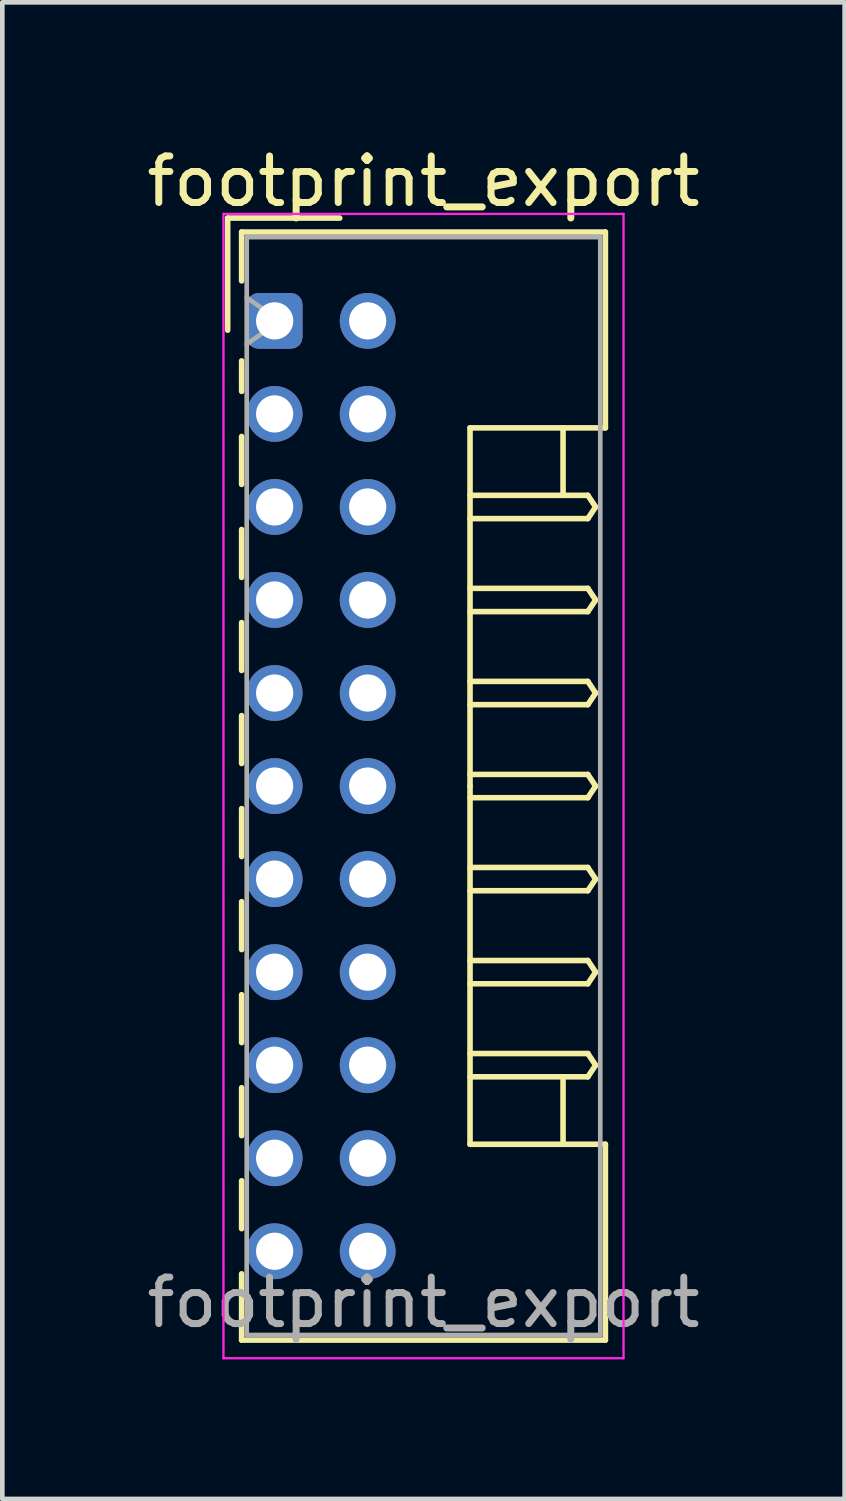
<source format=kicad_pcb>
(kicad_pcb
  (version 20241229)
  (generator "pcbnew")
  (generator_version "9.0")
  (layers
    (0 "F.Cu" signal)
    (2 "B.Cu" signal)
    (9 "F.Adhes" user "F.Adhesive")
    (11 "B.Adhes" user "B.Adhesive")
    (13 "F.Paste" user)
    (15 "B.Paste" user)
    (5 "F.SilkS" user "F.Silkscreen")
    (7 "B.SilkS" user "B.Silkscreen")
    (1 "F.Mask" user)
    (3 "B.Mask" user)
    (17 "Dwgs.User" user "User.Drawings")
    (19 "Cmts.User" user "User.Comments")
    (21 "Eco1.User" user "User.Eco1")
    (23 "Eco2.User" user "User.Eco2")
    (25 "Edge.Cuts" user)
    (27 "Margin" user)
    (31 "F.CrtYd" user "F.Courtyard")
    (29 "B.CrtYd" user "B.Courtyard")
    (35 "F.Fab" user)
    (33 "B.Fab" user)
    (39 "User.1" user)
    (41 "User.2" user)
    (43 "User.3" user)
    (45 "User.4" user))
  (footprint "footprint_export"
    (layer "F.Cu")
    (at 2.854 3.848)
    (property "Reference" "footprint_export" (at 3.2 -3 0) (layer "F.SilkS") (effects (font (size 1 1) (thickness 0.15))))
    (attr through_hole)
    (fp_line (start -1.01 -2.21) (end -1.01 0.2) (stroke (width 0.12) (type solid)) (layer "F.SilkS"))
    (fp_line (start -0.71 -1.91) (end -0.71 -0.86) (stroke (width 0.12) (type solid)) (layer "F.SilkS"))
    (fp_line (start -0.71 -1.91) (end 7.11 -1.91) (stroke (width 0.12) (type solid)) (layer "F.SilkS"))
    (fp_line (start -0.71 0.86) (end -0.71 1.515) (stroke (width 0.12) (type solid)) (layer "F.SilkS"))
    (fp_line (start -0.71 2.485) (end -0.71 3.515) (stroke (width 0.12) (type solid)) (layer "F.SilkS"))
    (fp_line (start -0.71 4.485) (end -0.71 5.515) (stroke (width 0.12) (type solid)) (layer "F.SilkS"))
    (fp_line (start -0.71 6.485) (end -0.71 7.515) (stroke (width 0.12) (type solid)) (layer "F.SilkS"))
    (fp_line (start -0.71 8.485) (end -0.71 9.515) (stroke (width 0.12) (type solid)) (layer "F.SilkS"))
    (fp_line (start -0.71 10.485) (end -0.71 11.515) (stroke (width 0.12) (type solid)) (layer "F.SilkS"))
    (fp_line (start -0.71 12.485) (end -0.71 13.515) (stroke (width 0.12) (type solid)) (layer "F.SilkS"))
    (fp_line (start -0.71 14.485) (end -0.71 15.515) (stroke (width 0.12) (type solid)) (layer "F.SilkS"))
    (fp_line (start -0.71 16.485) (end -0.71 17.515) (stroke (width 0.12) (type solid)) (layer "F.SilkS"))
    (fp_line (start -0.71 18.485) (end -0.71 19.515) (stroke (width 0.12) (type solid)) (layer "F.SilkS"))
    (fp_line (start -0.71 20.485) (end -0.71 21.91) (stroke (width 0.12) (type solid)) (layer "F.SilkS"))
    (fp_line (start -0.71 21.91) (end 7.11 21.91) (stroke (width 0.12) (type solid)) (layer "F.SilkS"))
    (fp_line (start 1.4 -2.21) (end -1.01 -2.21) (stroke (width 0.12) (type solid)) (layer "F.SilkS"))
    (fp_line (start 4.2 2.3) (end 4.2 10) (stroke (width 0.12) (type solid)) (layer "F.SilkS"))
    (fp_line (start 4.2 3.75) (end 6.733 3.75) (stroke (width 0.12) (type solid)) (layer "F.SilkS"))
    (fp_line (start 4.2 5.75) (end 6.733 5.75) (stroke (width 0.12) (type solid)) (layer "F.SilkS"))
    (fp_line (start 4.2 7.75) (end 6.733 7.75) (stroke (width 0.12) (type solid)) (layer "F.SilkS"))
    (fp_line (start 4.2 9.75) (end 6.733 9.75) (stroke (width 0.12) (type solid)) (layer "F.SilkS"))
    (fp_line (start 4.2 11.75) (end 6.733 11.75) (stroke (width 0.12) (type solid)) (layer "F.SilkS"))
    (fp_line (start 4.2 13.75) (end 6.733 13.75) (stroke (width 0.12) (type solid)) (layer "F.SilkS"))
    (fp_line (start 4.2 15.75) (end 6.733 15.75) (stroke (width 0.12) (type solid)) (layer "F.SilkS"))
    (fp_line (start 4.2 17.7) (end 4.2 10) (stroke (width 0.12) (type solid)) (layer "F.SilkS"))
    (fp_line (start 6.2 2.3) (end 6.2 3.75) (stroke (width 0.12) (type solid)) (layer "F.SilkS"))
    (fp_line (start 6.2 17.7) (end 6.2 16.25) (stroke (width 0.12) (type solid)) (layer "F.SilkS"))
    (fp_line (start 6.733 3.75) (end 6.9 4) (stroke (width 0.12) (type solid)) (layer "F.SilkS"))
    (fp_line (start 6.733 4.25) (end 4.2 4.25) (stroke (width 0.12) (type solid)) (layer "F.SilkS"))
    (fp_line (start 6.733 5.75) (end 6.9 6) (stroke (width 0.12) (type solid)) (layer "F.SilkS"))
    (fp_line (start 6.733 6.25) (end 4.2 6.25) (stroke (width 0.12) (type solid)) (layer "F.SilkS"))
    (fp_line (start 6.733 7.75) (end 6.9 8) (stroke (width 0.12) (type solid)) (layer "F.SilkS"))
    (fp_line (start 6.733 8.25) (end 4.2 8.25) (stroke (width 0.12) (type solid)) (layer "F.SilkS"))
    (fp_line (start 6.733 9.75) (end 6.9 10) (stroke (width 0.12) (type solid)) (layer "F.SilkS"))
    (fp_line (start 6.733 10.25) (end 4.2 10.25) (stroke (width 0.12) (type solid)) (layer "F.SilkS"))
    (fp_line (start 6.733 11.75) (end 6.9 12) (stroke (width 0.12) (type solid)) (layer "F.SilkS"))
    (fp_line (start 6.733 12.25) (end 4.2 12.25) (stroke (width 0.12) (type solid)) (layer "F.SilkS"))
    (fp_line (start 6.733 13.75) (end 6.9 14) (stroke (width 0.12) (type solid)) (layer "F.SilkS"))
    (fp_line (start 6.733 14.25) (end 4.2 14.25) (stroke (width 0.12) (type solid)) (layer "F.SilkS"))
    (fp_line (start 6.733 15.75) (end 6.9 16) (stroke (width 0.12) (type solid)) (layer "F.SilkS"))
    (fp_line (start 6.733 16.25) (end 4.2 16.25) (stroke (width 0.12) (type solid)) (layer "F.SilkS"))
    (fp_line (start 6.9 4) (end 6.733 4.25) (stroke (width 0.12) (type solid)) (layer "F.SilkS"))
    (fp_line (start 6.9 6) (end 6.733 6.25) (stroke (width 0.12) (type solid)) (layer "F.SilkS"))
    (fp_line (start 6.9 8) (end 6.733 8.25) (stroke (width 0.12) (type solid)) (layer "F.SilkS"))
    (fp_line (start 6.9 10) (end 6.733 10.25) (stroke (width 0.12) (type solid)) (layer "F.SilkS"))
    (fp_line (start 6.9 12) (end 6.733 12.25) (stroke (width 0.12) (type solid)) (layer "F.SilkS"))
    (fp_line (start 6.9 14) (end 6.733 14.25) (stroke (width 0.12) (type solid)) (layer "F.SilkS"))
    (fp_line (start 6.9 16) (end 6.733 16.25) (stroke (width 0.12) (type solid)) (layer "F.SilkS"))
    (fp_line (start 7.11 -1.91) (end 7.11 2.3) (stroke (width 0.12) (type solid)) (layer "F.SilkS"))
    (fp_line (start 7.11 2.3) (end 4.2 2.3) (stroke (width 0.12) (type solid)) (layer "F.SilkS"))
    (fp_line (start 7.11 17.7) (end 4.2 17.7) (stroke (width 0.12) (type solid)) (layer "F.SilkS"))
    (fp_line (start 7.11 21.91) (end 7.11 17.7) (stroke (width 0.12) (type solid)) (layer "F.SilkS"))
    (fp_line (start -1.1 -2.3) (end -1.1 22.3) (stroke (width 0.05) (type solid)) (layer "F.CrtYd"))
    (fp_line (start -1.1 22.3) (end 7.5 22.3) (stroke (width 0.05) (type solid)) (layer "F.CrtYd"))
    (fp_line (start 7.5 -2.3) (end -1.1 -2.3) (stroke (width 0.05) (type solid)) (layer "F.CrtYd"))
    (fp_line (start 7.5 22.3) (end 7.5 -2.3) (stroke (width 0.05) (type solid)) (layer "F.CrtYd"))
    (fp_line (start -0.6 -1.8) (end -0.6 21.8) (stroke (width 0.1) (type solid)) (layer "F.Fab"))
    (fp_line (start -0.6 0.5) (end 0.107 0) (stroke (width 0.1) (type solid)) (layer "F.Fab"))
    (fp_line (start -0.6 21.8) (end 7 21.8) (stroke (width 0.1) (type solid)) (layer "F.Fab"))
    (fp_line (start 0.107 0) (end -0.6 -0.5) (stroke (width 0.1) (type solid)) (layer "F.Fab"))
    (fp_line (start 7 -1.8) (end -0.6 -1.8) (stroke (width 0.1) (type solid)) (layer "F.Fab"))
    (fp_line (start 7 21.8) (end 7 -1.8) (stroke (width 0.1) (type solid)) (layer "F.Fab"))
    (fp_text user "${REFERENCE}" (at 3.2 21.1 0) (layer "F.Fab") (effects (font (size 1 1) (thickness 0.15))))
    (pad "a1" thru_hole roundrect (at 0 0) (size 1.2 1.2) (drill 0.8) (layers "*.Cu" "*.Mask") (roundrect_rratio 0.208))
    (pad "a2" thru_hole circle (at 0 2) (size 1.2 1.2) (drill 0.8) (layers "*.Cu" "*.Mask"))
    (pad "a3" thru_hole circle (at 0 4) (size 1.2 1.2) (drill 0.8) (layers "*.Cu" "*.Mask"))
    (pad "a4" thru_hole circle (at 0 6) (size 1.2 1.2) (drill 0.8) (layers "*.Cu" "*.Mask"))
    (pad "a5" thru_hole circle (at 0 8) (size 1.2 1.2) (drill 0.8) (layers "*.Cu" "*.Mask"))
    (pad "a6" thru_hole circle (at 0 10) (size 1.2 1.2) (drill 0.8) (layers "*.Cu" "*.Mask"))
    (pad "a7" thru_hole circle (at 0 12) (size 1.2 1.2) (drill 0.8) (layers "*.Cu" "*.Mask"))
    (pad "a8" thru_hole circle (at 0 14) (size 1.2 1.2) (drill 0.8) (layers "*.Cu" "*.Mask"))
    (pad "a9" thru_hole circle (at 0 16) (size 1.2 1.2) (drill 0.8) (layers "*.Cu" "*.Mask"))
    (pad "a10" thru_hole circle (at 0 18) (size 1.2 1.2) (drill 0.8) (layers "*.Cu" "*.Mask"))
    (pad "a11" thru_hole circle (at 0 20) (size 1.2 1.2) (drill 0.8) (layers "*.Cu" "*.Mask"))
    (pad "b1" thru_hole circle (at 2 0) (size 1.2 1.2) (drill 0.8) (layers "*.Cu" "*.Mask"))
    (pad "b2" thru_hole circle (at 2 2) (size 1.2 1.2) (drill 0.8) (layers "*.Cu" "*.Mask"))
    (pad "b3" thru_hole circle (at 2 4) (size 1.2 1.2) (drill 0.8) (layers "*.Cu" "*.Mask"))
    (pad "b4" thru_hole circle (at 2 6) (size 1.2 1.2) (drill 0.8) (layers "*.Cu" "*.Mask"))
    (pad "b5" thru_hole circle (at 2 8) (size 1.2 1.2) (drill 0.8) (layers "*.Cu" "*.Mask"))
    (pad "b6" thru_hole circle (at 2 10) (size 1.2 1.2) (drill 0.8) (layers "*.Cu" "*.Mask"))
    (pad "b7" thru_hole circle (at 2 12) (size 1.2 1.2) (drill 0.8) (layers "*.Cu" "*.Mask"))
    (pad "b8" thru_hole circle (at 2 14) (size 1.2 1.2) (drill 0.8) (layers "*.Cu" "*.Mask"))
    (pad "b9" thru_hole circle (at 2 16) (size 1.2 1.2) (drill 0.8) (layers "*.Cu" "*.Mask"))
    (pad "b10" thru_hole circle (at 2 18) (size 1.2 1.2) (drill 0.8) (layers "*.Cu" "*.Mask"))
    (pad "b11" thru_hole circle (at 2 20) (size 1.2 1.2) (drill 0.8) (layers "*.Cu" "*.Mask")))
  (gr_rect
    (start -3 -3)
    (end 15.107 29.173)
    (stroke (width 0.1) (type default))
    (fill no)
    (layer "Edge.Cuts")))
</source>
